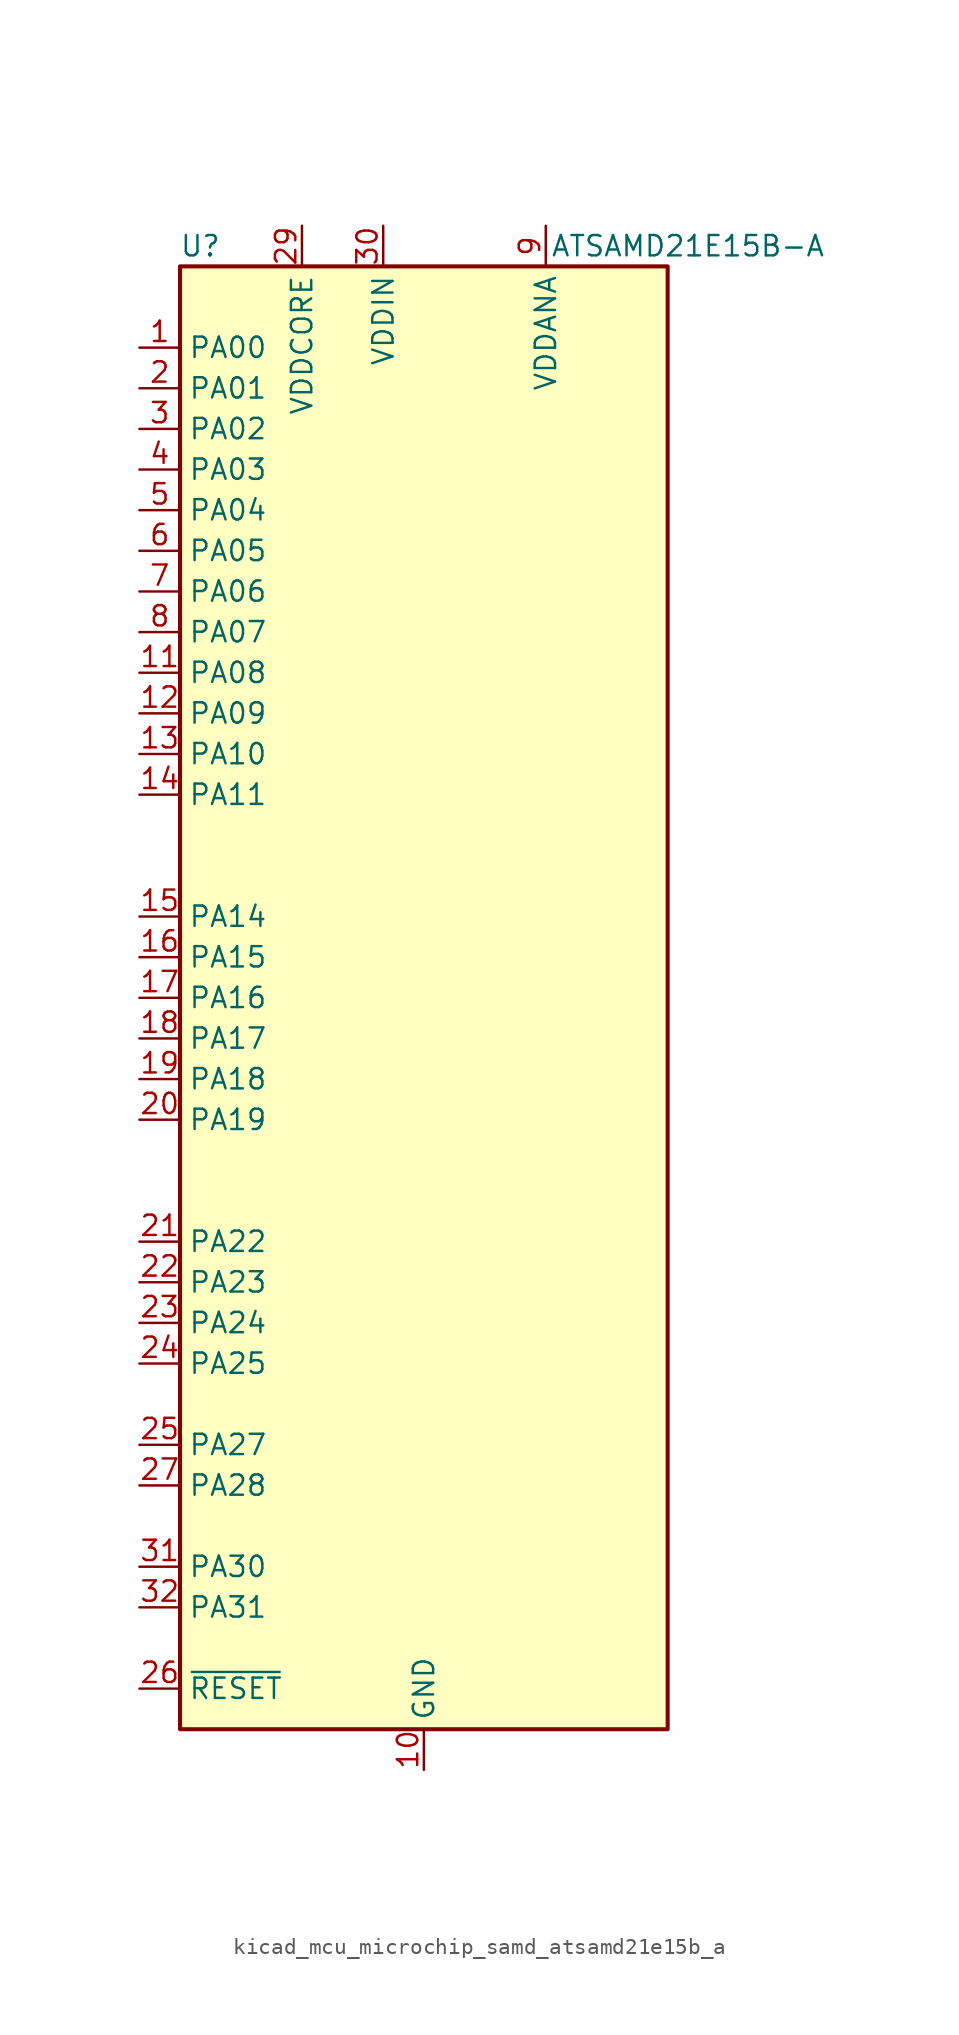
<source format=kicad_sym>
(kicad_symbol_lib
  (version 20220914)
  (generator kicad_symbol_editor)
  (symbol "kicad_mcu_microchip_samd_atsamd21e15b_a"
    (property "Reference" "U"
      (at -13.97 46.99 0)
      (effects (font (size 1.27 1.27))))
    (property "Value" "ATSAMD21E15B-A"
      (at 16.51 46.99 0)
      (effects (font (size 1.27 1.27))))
    (symbol "kicad_mcu_microchip_samd_atsamd21e15b_a_1_1"
      (rectangle (start -15.24 45.72) (end 15.24 -45.72) (stroke (width 0.254) (type default)) (fill (type background)))
      (pin bidirectional line (at -17.78 40.64 0) (length 2.54) (name "PA00" (effects (font (size 1.27 1.27)))) (number "1" (effects (font (size 1.27 1.27)))))
      (pin power_in line (at 0 -48.26 90) (length 2.54) (name "GND" (effects (font (size 1.27 1.27)))) (number "10" (effects (font (size 1.27 1.27)))))
      (pin bidirectional line (at -17.78 20.32 0) (length 2.54) (name "PA08" (effects (font (size 1.27 1.27)))) (number "11" (effects (font (size 1.27 1.27)))))
      (pin bidirectional line (at -17.78 17.78 0) (length 2.54) (name "PA09" (effects (font (size 1.27 1.27)))) (number "12" (effects (font (size 1.27 1.27)))))
      (pin bidirectional line (at -17.78 15.24 0) (length 2.54) (name "PA10" (effects (font (size 1.27 1.27)))) (number "13" (effects (font (size 1.27 1.27)))))
      (pin bidirectional line (at -17.78 12.7 0) (length 2.54) (name "PA11" (effects (font (size 1.27 1.27)))) (number "14" (effects (font (size 1.27 1.27)))))
      (pin bidirectional line (at -17.78 5.08 0) (length 2.54) (name "PA14" (effects (font (size 1.27 1.27)))) (number "15" (effects (font (size 1.27 1.27)))))
      (pin bidirectional line (at -17.78 2.54 0) (length 2.54) (name "PA15" (effects (font (size 1.27 1.27)))) (number "16" (effects (font (size 1.27 1.27)))))
      (pin bidirectional line (at -17.78 0 0) (length 2.54) (name "PA16" (effects (font (size 1.27 1.27)))) (number "17" (effects (font (size 1.27 1.27)))))
      (pin bidirectional line (at -17.78 -2.54 0) (length 2.54) (name "PA17" (effects (font (size 1.27 1.27)))) (number "18" (effects (font (size 1.27 1.27)))))
      (pin bidirectional line (at -17.78 -5.08 0) (length 2.54) (name "PA18" (effects (font (size 1.27 1.27)))) (number "19" (effects (font (size 1.27 1.27)))))
      (pin bidirectional line (at -17.78 38.1 0) (length 2.54) (name "PA01" (effects (font (size 1.27 1.27)))) (number "2" (effects (font (size 1.27 1.27)))))
      (pin bidirectional line (at -17.78 -7.62 0) (length 2.54) (name "PA19" (effects (font (size 1.27 1.27)))) (number "20" (effects (font (size 1.27 1.27)))))
      (pin bidirectional line (at -17.78 -15.24 0) (length 2.54) (name "PA22" (effects (font (size 1.27 1.27)))) (number "21" (effects (font (size 1.27 1.27)))))
      (pin bidirectional line (at -17.78 -17.78 0) (length 2.54) (name "PA23" (effects (font (size 1.27 1.27)))) (number "22" (effects (font (size 1.27 1.27)))))
      (pin bidirectional line (at -17.78 -20.32 0) (length 2.54) (name "PA24" (effects (font (size 1.27 1.27)))) (number "23" (effects (font (size 1.27 1.27)))))
      (pin bidirectional line (at -17.78 -22.86 0) (length 2.54) (name "PA25" (effects (font (size 1.27 1.27)))) (number "24" (effects (font (size 1.27 1.27)))))
      (pin bidirectional line (at -17.78 -27.94 0) (length 2.54) (name "PA27" (effects (font (size 1.27 1.27)))) (number "25" (effects (font (size 1.27 1.27)))))
      (pin input line (at -17.78 -43.18 0) (length 2.54) (name "~{RESET}" (effects (font (size 1.27 1.27)))) (number "26" (effects (font (size 1.27 1.27)))))
      (pin bidirectional line (at -17.78 -30.48 0) (length 2.54) (name "PA28" (effects (font (size 1.27 1.27)))) (number "27" (effects (font (size 1.27 1.27)))))
      (pin passive line (at 0 -48.26 90) (length 2.54) hide (name "GND" (effects (font (size 1.27 1.27)))) (number "28" (effects (font (size 1.27 1.27)))))
      (pin power_out line (at -7.62 48.26 270) (length 2.54) (name "VDDCORE" (effects (font (size 1.27 1.27)))) (number "29" (effects (font (size 1.27 1.27)))))
      (pin bidirectional line (at -17.78 35.56 0) (length 2.54) (name "PA02" (effects (font (size 1.27 1.27)))) (number "3" (effects (font (size 1.27 1.27)))))
      (pin power_in line (at -2.54 48.26 270) (length 2.54) (name "VDDIN" (effects (font (size 1.27 1.27)))) (number "30" (effects (font (size 1.27 1.27)))))
      (pin bidirectional line (at -17.78 -35.56 0) (length 2.54) (name "PA30" (effects (font (size 1.27 1.27)))) (number "31" (effects (font (size 1.27 1.27)))))
      (pin bidirectional line (at -17.78 -38.1 0) (length 2.54) (name "PA31" (effects (font (size 1.27 1.27)))) (number "32" (effects (font (size 1.27 1.27)))))
      (pin bidirectional line (at -17.78 33.02 0) (length 2.54) (name "PA03" (effects (font (size 1.27 1.27)))) (number "4" (effects (font (size 1.27 1.27)))))
      (pin bidirectional line (at -17.78 30.48 0) (length 2.54) (name "PA04" (effects (font (size 1.27 1.27)))) (number "5" (effects (font (size 1.27 1.27)))))
      (pin bidirectional line (at -17.78 27.94 0) (length 2.54) (name "PA05" (effects (font (size 1.27 1.27)))) (number "6" (effects (font (size 1.27 1.27)))))
      (pin bidirectional line (at -17.78 25.4 0) (length 2.54) (name "PA06" (effects (font (size 1.27 1.27)))) (number "7" (effects (font (size 1.27 1.27)))))
      (pin bidirectional line (at -17.78 22.86 0) (length 2.54) (name "PA07" (effects (font (size 1.27 1.27)))) (number "8" (effects (font (size 1.27 1.27)))))
      (pin power_in line (at 7.62 48.26 270) (length 2.54) (name "VDDANA" (effects (font (size 1.27 1.27)))) (number "9" (effects (font (size 1.27 1.27))))))))
</source>
